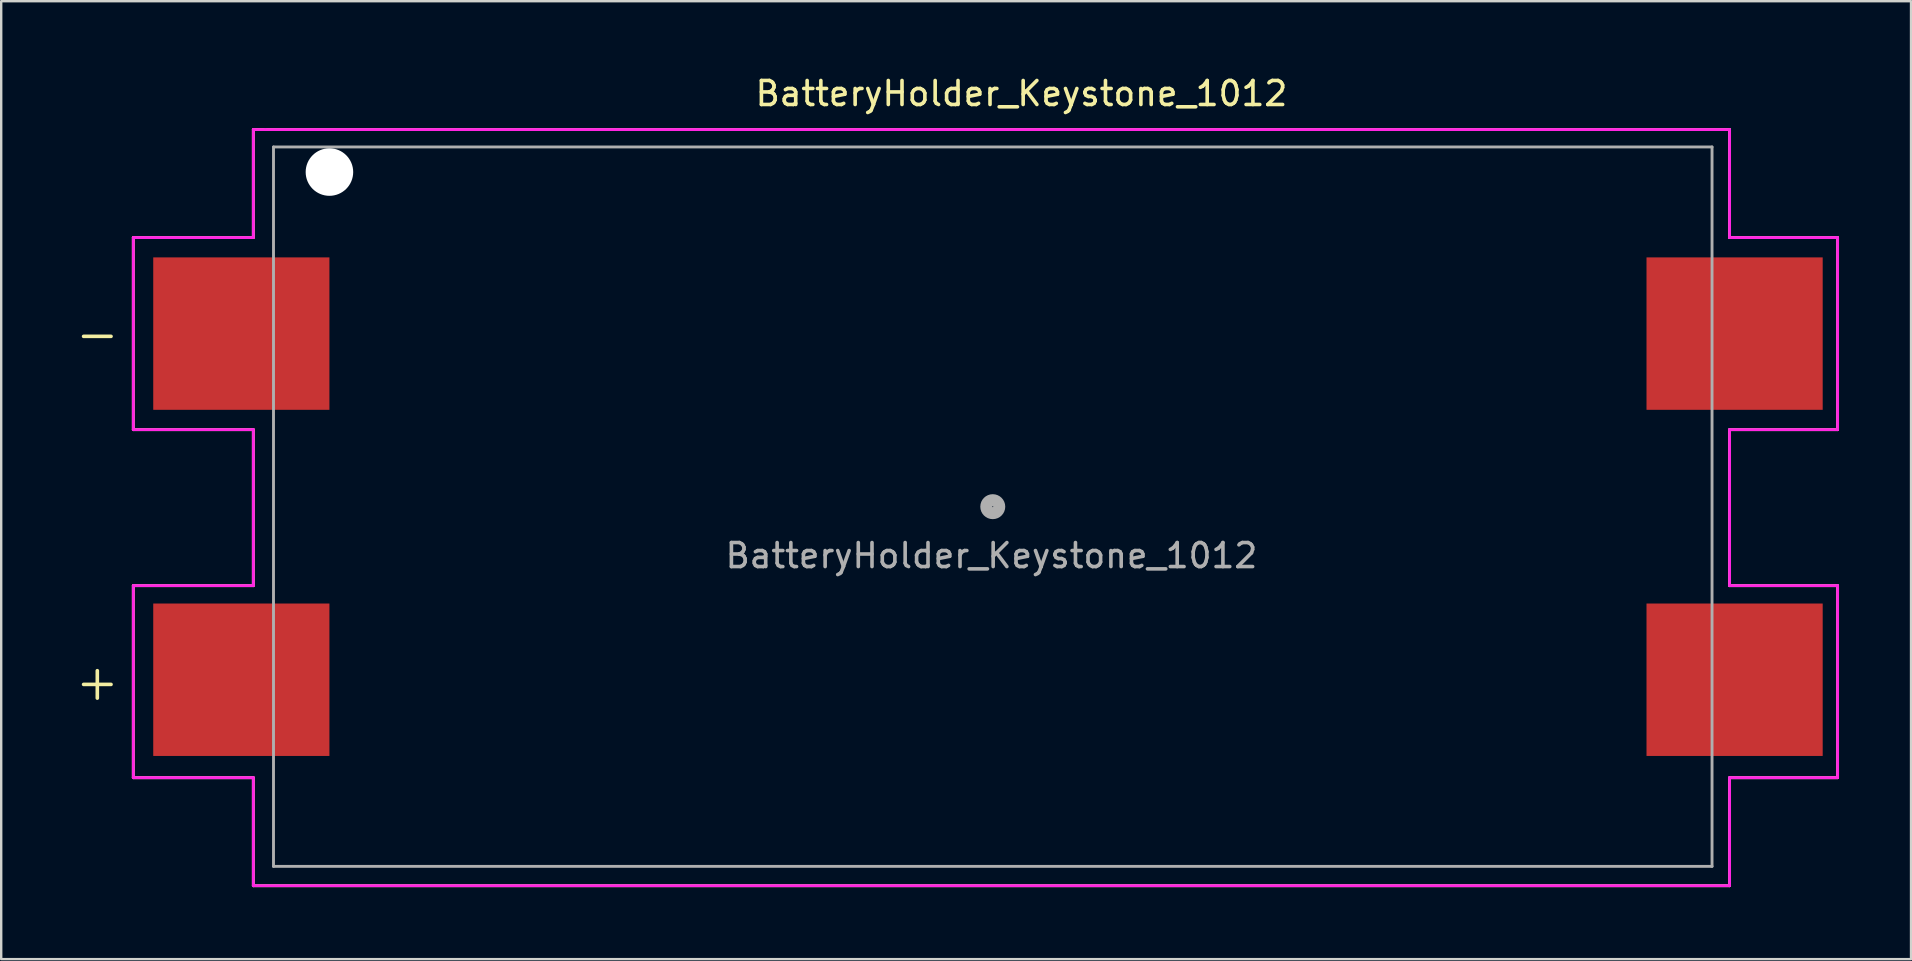
<source format=kicad_pcb>
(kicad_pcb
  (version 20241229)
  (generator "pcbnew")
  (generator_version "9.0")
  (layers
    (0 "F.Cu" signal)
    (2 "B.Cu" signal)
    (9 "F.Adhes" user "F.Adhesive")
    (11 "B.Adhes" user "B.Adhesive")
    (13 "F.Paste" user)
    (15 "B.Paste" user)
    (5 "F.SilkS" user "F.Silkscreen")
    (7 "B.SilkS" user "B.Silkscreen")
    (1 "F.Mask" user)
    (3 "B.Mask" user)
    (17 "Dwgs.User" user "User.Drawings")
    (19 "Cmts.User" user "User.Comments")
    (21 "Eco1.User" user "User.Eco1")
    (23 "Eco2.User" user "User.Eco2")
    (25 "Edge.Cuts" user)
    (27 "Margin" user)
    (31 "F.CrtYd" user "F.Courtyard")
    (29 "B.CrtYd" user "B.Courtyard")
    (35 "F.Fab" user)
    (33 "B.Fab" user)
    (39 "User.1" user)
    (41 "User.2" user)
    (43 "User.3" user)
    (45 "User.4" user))
  (footprint "BatteryHolder_Keystone_1012"
    (layer "F.Cu")
    (at 7.004 10.848)
    (property "Reference" "BatteryHolder_Keystone_1012" (at 32.5 -10 0) (layer "F.SilkS") (effects (font (size 1 1) (thickness 0.15))))
    (attr through_hole)
    (fp_line (start -4.5 -4) (end 0.5 -4) (stroke (width 0.12) (type solid)) (layer "F.SilkS"))
    (fp_line (start -4.5 4) (end -4.5 -4) (stroke (width 0.12) (type solid)) (layer "F.SilkS"))
    (fp_line (start -4.5 10.5) (end 0.5 10.5) (stroke (width 0.12) (type solid)) (layer "F.SilkS"))
    (fp_line (start -4.5 18.5) (end -4.5 10.5) (stroke (width 0.12) (type solid)) (layer "F.SilkS"))
    (fp_line (start 0.5 -8.5) (end 62 -8.5) (stroke (width 0.12) (type solid)) (layer "F.SilkS"))
    (fp_line (start 0.5 -4) (end 0.5 -8.5) (stroke (width 0.12) (type solid)) (layer "F.SilkS"))
    (fp_line (start 0.5 4) (end -4.5 4) (stroke (width 0.12) (type solid)) (layer "F.SilkS"))
    (fp_line (start 0.5 10.5) (end 0.5 4) (stroke (width 0.12) (type solid)) (layer "F.SilkS"))
    (fp_line (start 0.5 18.5) (end -4.5 18.5) (stroke (width 0.12) (type solid)) (layer "F.SilkS"))
    (fp_line (start 0.5 23) (end 0.5 18.5) (stroke (width 0.12) (type solid)) (layer "F.SilkS"))
    (fp_line (start 62 -8.5) (end 62 -4) (stroke (width 0.12) (type solid)) (layer "F.SilkS"))
    (fp_line (start 62 -4) (end 66.5 -4) (stroke (width 0.12) (type solid)) (layer "F.SilkS"))
    (fp_line (start 62 4) (end 62 10.5) (stroke (width 0.12) (type solid)) (layer "F.SilkS"))
    (fp_line (start 62 10.5) (end 66.5 10.5) (stroke (width 0.12) (type solid)) (layer "F.SilkS"))
    (fp_line (start 62 18.5) (end 62 23) (stroke (width 0.12) (type solid)) (layer "F.SilkS"))
    (fp_line (start 62 23) (end 0.5 23) (stroke (width 0.12) (type solid)) (layer "F.SilkS"))
    (fp_line (start 66.5 -4) (end 66.5 4) (stroke (width 0.12) (type solid)) (layer "F.SilkS"))
    (fp_line (start 66.5 4) (end 62 4) (stroke (width 0.12) (type solid)) (layer "F.SilkS"))
    (fp_line (start 66.5 10.5) (end 66.5 18.5) (stroke (width 0.12) (type solid)) (layer "F.SilkS"))
    (fp_line (start 66.5 18.5) (end 62 18.5) (stroke (width 0.12) (type solid)) (layer "F.SilkS"))
    (fp_line (start -4.5 -4) (end 0.5 -4) (stroke (width 0.12) (type solid)) (layer "F.CrtYd"))
    (fp_line (start -4.5 4) (end -4.5 -4) (stroke (width 0.12) (type solid)) (layer "F.CrtYd"))
    (fp_line (start -4.5 10.5) (end 0.5 10.5) (stroke (width 0.12) (type solid)) (layer "F.CrtYd"))
    (fp_line (start -4.5 18.5) (end -4.5 10.5) (stroke (width 0.12) (type solid)) (layer "F.CrtYd"))
    (fp_line (start 0.5 -8.5) (end 1 -8.5) (stroke (width 0.12) (type solid)) (layer "F.CrtYd"))
    (fp_line (start 0.5 -4) (end 0.5 -8.5) (stroke (width 0.12) (type solid)) (layer "F.CrtYd"))
    (fp_line (start 0.5 4) (end -4.5 4) (stroke (width 0.12) (type solid)) (layer "F.CrtYd"))
    (fp_line (start 0.5 10.5) (end 0.5 4) (stroke (width 0.12) (type solid)) (layer "F.CrtYd"))
    (fp_line (start 0.5 18.5) (end -4.5 18.5) (stroke (width 0.12) (type solid)) (layer "F.CrtYd"))
    (fp_line (start 0.5 23) (end 0.5 18.5) (stroke (width 0.12) (type solid)) (layer "F.CrtYd"))
    (fp_line (start 1 -8.5) (end 62 -8.5) (stroke (width 0.12) (type solid)) (layer "F.CrtYd"))
    (fp_line (start 62 -8.5) (end 62 -4) (stroke (width 0.12) (type solid)) (layer "F.CrtYd"))
    (fp_line (start 62 -4) (end 66.5 -4) (stroke (width 0.12) (type solid)) (layer "F.CrtYd"))
    (fp_line (start 62 4) (end 62 10.5) (stroke (width 0.12) (type solid)) (layer "F.CrtYd"))
    (fp_line (start 62 10.5) (end 66.5 10.5) (stroke (width 0.12) (type solid)) (layer "F.CrtYd"))
    (fp_line (start 62 18.5) (end 62 23) (stroke (width 0.12) (type solid)) (layer "F.CrtYd"))
    (fp_line (start 62 23) (end 0.5 23) (stroke (width 0.12) (type solid)) (layer "F.CrtYd"))
    (fp_line (start 66.5 -4) (end 66.5 4) (stroke (width 0.12) (type solid)) (layer "F.CrtYd"))
    (fp_line (start 66.5 4) (end 62 4) (stroke (width 0.12) (type solid)) (layer "F.CrtYd"))
    (fp_line (start 66.5 10.5) (end 66.5 18.5) (stroke (width 0.12) (type solid)) (layer "F.CrtYd"))
    (fp_line (start 66.5 18.5) (end 62 18.5) (stroke (width 0.12) (type solid)) (layer "F.CrtYd"))
    (fp_line (start 1.34 -7.775) (end 61.27 -7.775) (stroke (width 0.12) (type solid)) (layer "F.Fab"))
    (fp_line (start 1.34 22.195) (end 1.34 -7.775) (stroke (width 0.12) (type solid)) (layer "F.Fab"))
    (fp_line (start 61.27 -7.775) (end 61.27 22.195) (stroke (width 0.12) (type solid)) (layer "F.Fab"))
    (fp_line (start 61.27 22.195) (end 1.34 22.195) (stroke (width 0.12) (type solid)) (layer "F.Fab"))
    (fp_circle (center 31.305 7.21) (end 31.325 7.21) (stroke (width 0.5) (type solid)) (fill no) (layer "F.Fab"))
    (fp_text user "-" (at -6 0 0) (layer "F.SilkS") (effects (font (size 1.5 1.5) (thickness 0.15))))
    (fp_text user "+" (at -6 14.5 0) (layer "F.SilkS") (effects (font (size 1.5 1.5) (thickness 0.15))))
    (fp_text user "${REFERENCE}" (at 31.25 9.25 0) (layer "F.Fab") (effects (font (size 1 1) (thickness 0.15))))
    (pad "" np_thru_hole circle (at 3.67 -6.73) (size 1.98 1.98) (drill 1.98) (layers "*.Cu" "*.Mask"))
    (pad "1" smd rect (at 0 0) (size 7.34 6.35) (layers "F.Cu" "F.Mask" "F.Paste"))
    (pad "2" smd rect (at 62.21 0) (size 7.34 6.35) (layers "F.Cu" "F.Mask" "F.Paste"))
    (pad "2" smd rect (at 62.21 14.42) (size 7.34 6.35) (layers "F.Cu" "F.Mask" "F.Paste"))
    (pad "3" smd rect (at 0 14.42) (size 7.34 6.35) (layers "F.Cu" "F.Mask" "F.Paste")))
  (gr_rect
    (start -3 -3)
    (end 76.564 36.908)
    (stroke (width 0.1) (type default))
    (fill no)
    (layer "Edge.Cuts")))
</source>
